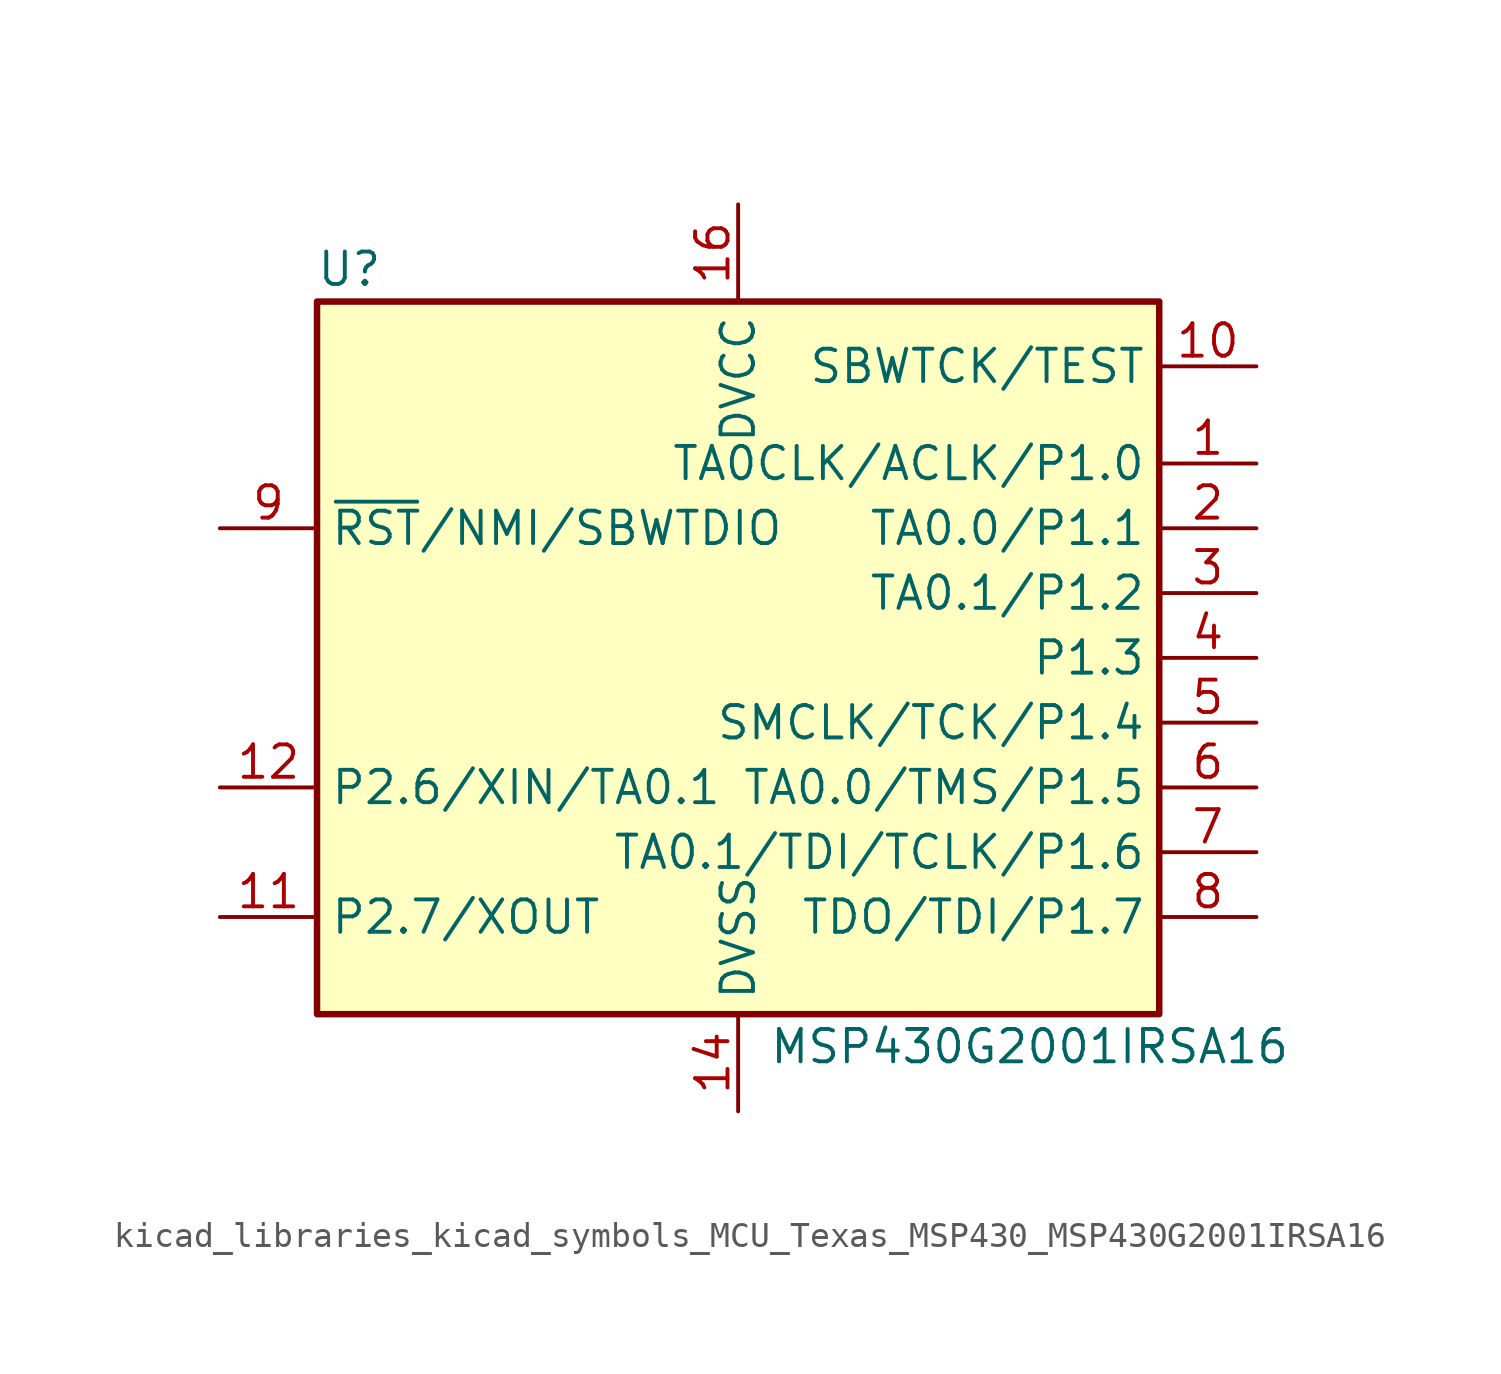
<source format=kicad_sym>
(kicad_symbol_lib
  (version 20220914)
  (generator kicad_symbol_editor)
  (symbol "kicad_libraries_kicad_symbols_MCU_Texas_MSP430_MSP430G2001IRSA16"
    (property "Reference" "U"
      (at -15.24 15.24 0)
      (effects (font (size 1.27 1.27))))
    (property "Value" "MSP430G2001IRSA16"
      (at 11.43 -15.24 0)
      (effects (font (size 1.27 1.27))))
    (symbol "kicad_libraries_kicad_symbols_MCU_Texas_MSP430_MSP430G2001IRSA16_0_1"
      (rectangle (start -16.51 13.97) (end 16.51 -13.97) (stroke (width 0.254) (type default)) (fill (type background))))
    (symbol "kicad_libraries_kicad_symbols_MCU_Texas_MSP430_MSP430G2001IRSA16_1_1"
      (pin bidirectional line (at 20.32 7.62 180) (length 3.81) (name "TA0CLK/ACLK/P1.0" (effects (font (size 1.27 1.27)))) (number "1" (effects (font (size 1.27 1.27)))))
      (pin input line (at 20.32 11.43 180) (length 3.81) (name "SBWTCK/TEST" (effects (font (size 1.27 1.27)))) (number "10" (effects (font (size 1.27 1.27)))))
      (pin bidirectional line (at -20.32 -10.16 0) (length 3.81) (name "P2.7/XOUT" (effects (font (size 1.27 1.27)))) (number "11" (effects (font (size 1.27 1.27)))))
      (pin bidirectional line (at -20.32 -5.08 0) (length 3.81) (name "P2.6/XIN/TA0.1" (effects (font (size 1.27 1.27)))) (number "12" (effects (font (size 1.27 1.27)))))
      (pin power_in line (at 0 -17.78 90) (length 3.81) (name "DVSS" (effects (font (size 1.27 1.27)))) (number "14" (effects (font (size 1.27 1.27)))))
      (pin power_in line (at 0 17.78 270) (length 3.81) (name "DVCC" (effects (font (size 1.27 1.27)))) (number "16" (effects (font (size 1.27 1.27)))))
      (pin bidirectional line (at 20.32 5.08 180) (length 3.81) (name "TA0.0/P1.1" (effects (font (size 1.27 1.27)))) (number "2" (effects (font (size 1.27 1.27)))))
      (pin bidirectional line (at 20.32 2.54 180) (length 3.81) (name "TA0.1/P1.2" (effects (font (size 1.27 1.27)))) (number "3" (effects (font (size 1.27 1.27)))))
      (pin bidirectional line (at 20.32 0 180) (length 3.81) (name "P1.3" (effects (font (size 1.27 1.27)))) (number "4" (effects (font (size 1.27 1.27)))))
      (pin bidirectional line (at 20.32 -2.54 180) (length 3.81) (name "SMCLK/TCK/P1.4" (effects (font (size 1.27 1.27)))) (number "5" (effects (font (size 1.27 1.27)))))
      (pin bidirectional line (at 20.32 -5.08 180) (length 3.81) (name "TA0.0/TMS/P1.5" (effects (font (size 1.27 1.27)))) (number "6" (effects (font (size 1.27 1.27)))))
      (pin bidirectional line (at 20.32 -7.62 180) (length 3.81) (name "TA0.1/TDI/TCLK/P1.6" (effects (font (size 1.27 1.27)))) (number "7" (effects (font (size 1.27 1.27)))))
      (pin bidirectional line (at 20.32 -10.16 180) (length 3.81) (name "TDO/TDI/P1.7" (effects (font (size 1.27 1.27)))) (number "8" (effects (font (size 1.27 1.27)))))
      (pin input line (at -20.32 5.08 0) (length 3.81) (name "~{RST}/NMI/SBWTDIO" (effects (font (size 1.27 1.27)))) (number "9" (effects (font (size 1.27 1.27))))))))
</source>
